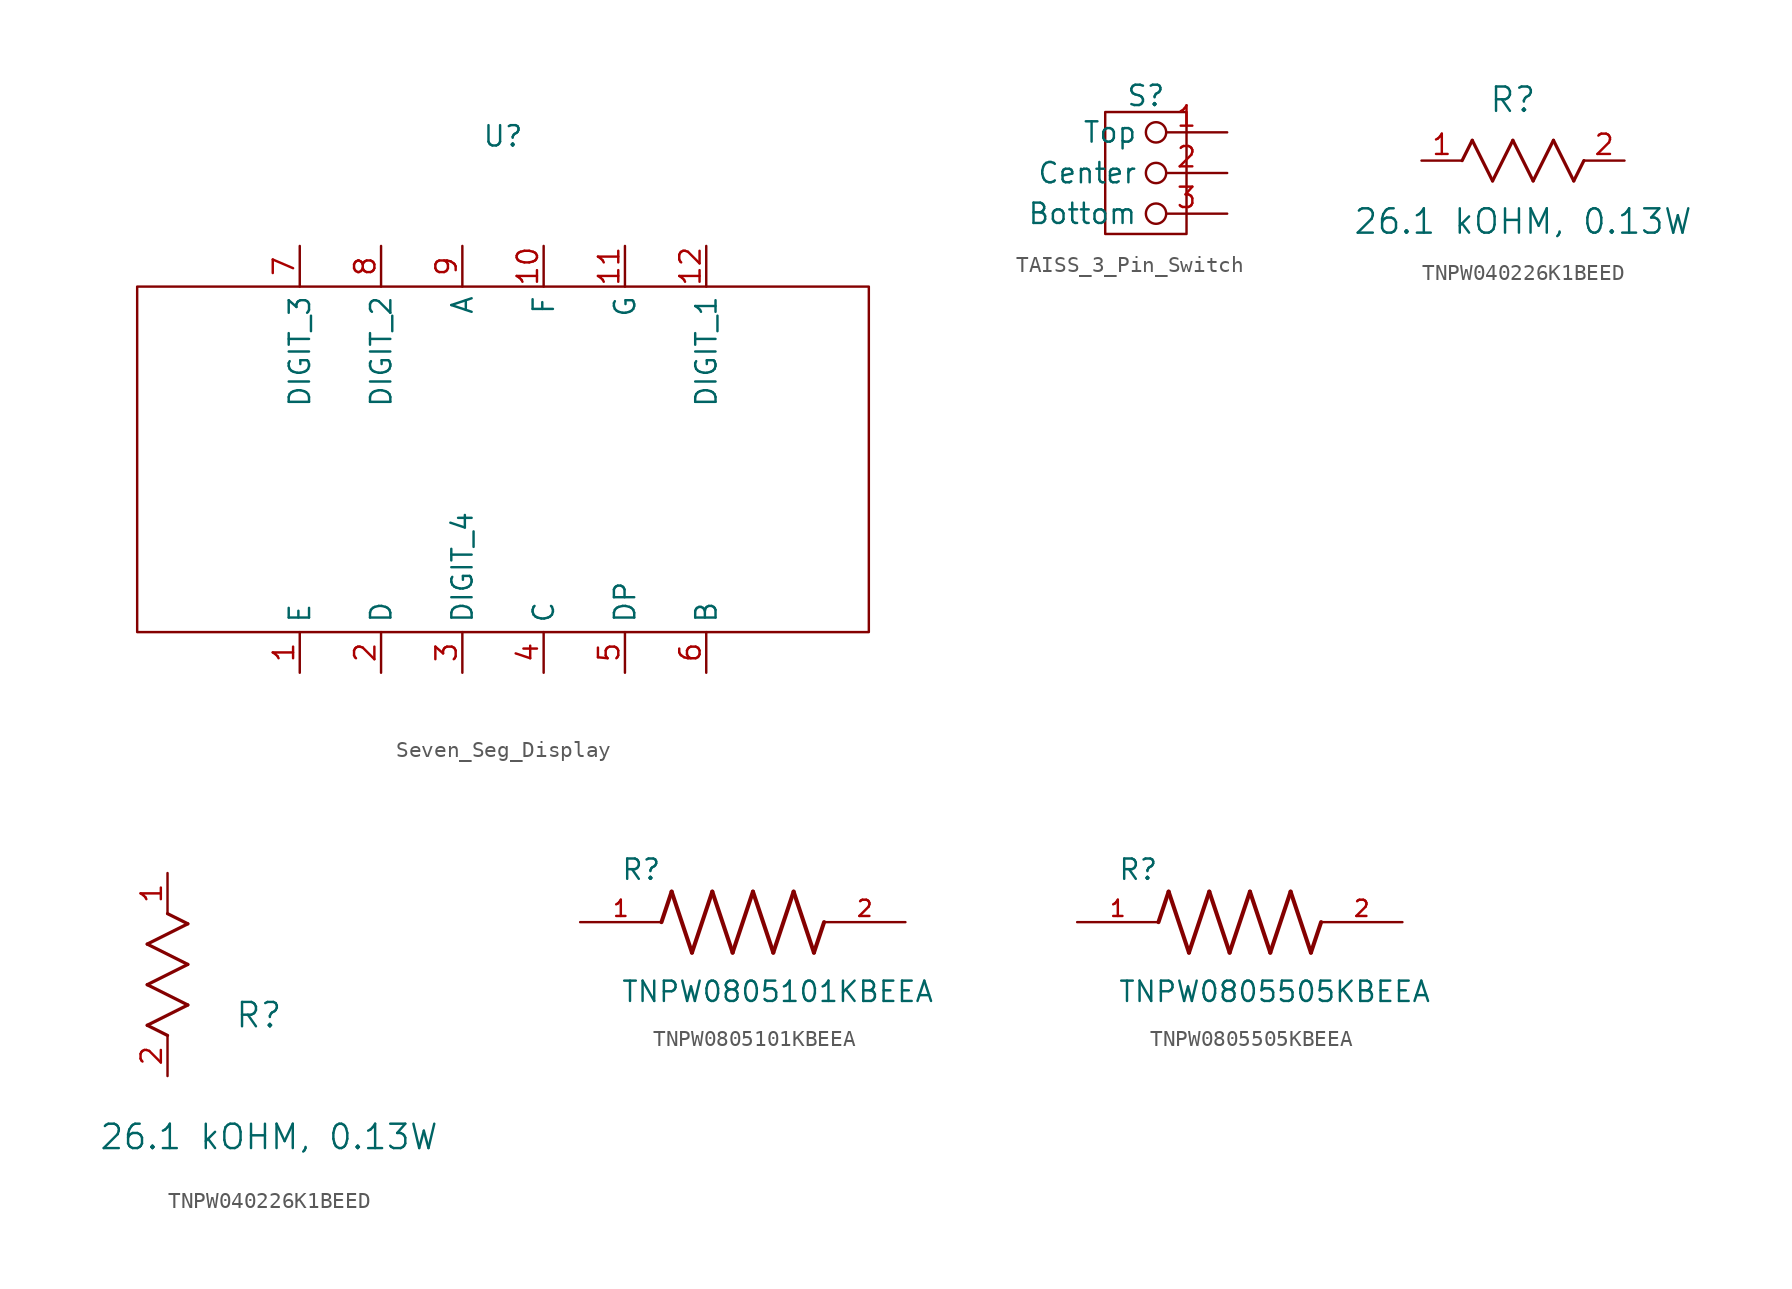
<source format=kicad_sym>
(kicad_symbol_lib
  (version 20241209)
  (generator "kicad_symbol_editor")
  (generator_version "9.0")
  (symbol "Seven_Seg_Display"
    (property "Reference" "U"
      (at 0 9.398 0)
      (effects (font (size 1.27 1.27))))
    (property "Value" ""
      (at 0 0 0)
      (effects (font (size 1.27 1.27))))
    (symbol "Seven_Seg_Display_0_1"
      (rectangle (start -22.86 0) (end 22.86 -21.59) (stroke (width 0) (type default)) (fill (type none))))
    (symbol "Seven_Seg_Display_1_1"
      (pin input line (at -12.7 2.54 270) (length 2.54) (name "DIGIT_3" (effects (font (size 1.27 1.27)))) (number "7" (effects (font (size 1.27 1.27)))))
      (pin input line (at -12.7 -24.13 90) (length 2.54) (name "E" (effects (font (size 1.27 1.27)))) (number "1" (effects (font (size 1.27 1.27)))))
      (pin input line (at -7.62 2.54 270) (length 2.54) (name "DIGIT_2" (effects (font (size 1.27 1.27)))) (number "8" (effects (font (size 1.27 1.27)))))
      (pin input line (at -7.62 -24.13 90) (length 2.54) (name "D" (effects (font (size 1.27 1.27)))) (number "2" (effects (font (size 1.27 1.27)))))
      (pin input line (at -2.54 2.54 270) (length 2.54) (name "A" (effects (font (size 1.27 1.27)))) (number "9" (effects (font (size 1.27 1.27)))))
      (pin input line (at -2.54 -24.13 90) (length 2.54) (name "DIGIT_4" (effects (font (size 1.27 1.27)))) (number "3" (effects (font (size 1.27 1.27)))))
      (pin input line (at 2.54 2.54 270) (length 2.54) (name "F" (effects (font (size 1.27 1.27)))) (number "10" (effects (font (size 1.27 1.27)))))
      (pin input line (at 2.54 -24.13 90) (length 2.54) (name "C" (effects (font (size 1.27 1.27)))) (number "4" (effects (font (size 1.27 1.27)))))
      (pin input line (at 7.62 2.54 270) (length 2.54) (name "G" (effects (font (size 1.27 1.27)))) (number "11" (effects (font (size 1.27 1.27)))))
      (pin input line (at 7.62 -24.13 90) (length 2.54) (name "DP" (effects (font (size 1.27 1.27)))) (number "5" (effects (font (size 1.27 1.27)))))
      (pin input line (at 12.7 2.54 270) (length 2.54) (name "DIGIT_1" (effects (font (size 1.27 1.27)))) (number "12" (effects (font (size 1.27 1.27)))))
      (pin input line (at 12.7 -24.13 90) (length 2.54) (name "B" (effects (font (size 1.27 1.27)))) (number "6" (effects (font (size 1.27 1.27)))))))
  (symbol "TAISS_3_Pin_Switch"
    (property "Reference" "S"
      (at 0 6.096 0)
      (effects (font (size 1.27 1.27))))
    (property "Value" ""
      (at 0 0 0)
      (effects (font (size 1.27 1.27))))
    (symbol "TAISS_3_Pin_Switch_0_1"
      (rectangle (start -2.54 5.08) (end 2.54 -2.54) (stroke (width 0) (type default)) (fill (type none))))
    (symbol "TAISS_3_Pin_Switch_1_0"
      (pin passive inverted (at 5.08 3.81 180) (length 5.08) (name "Top" (effects (font (size 1.27 1.27)))) (number "1" (effects (font (size 1.27 1.27)))))
      (pin passive inverted (at 5.08 1.27 180) (length 5.08) (name "Center" (effects (font (size 1.27 1.27)))) (number "2" (effects (font (size 1.27 1.27)))))
      (pin passive inverted (at 5.08 -1.27 180) (length 5.08) (name "Bottom" (effects (font (size 1.27 1.27)))) (number "3" (effects (font (size 1.27 1.27)))))))
  (symbol "TNPW040226K1BEED"
    (pin_names
      (offset 0.254))
    (property "Reference" "R"
      (at 5.715 3.81 0)
      (effects (font (size 1.524 1.524))))
    (property "Value" "26.1 kOHM, 0.13W"
      (at 6.35 -3.81 0)
      (effects (font (size 1.524 1.524))))
    (property "ki_locked" ""
      (at 0 0 0)
      (effects (font (size 1.27 1.27))))
    (symbol "TNPW040226K1BEED_1_1"
      (polyline (pts (xy 2.54 0) (xy 3.175 1.27)) (stroke (width 0.203) (type default)) (fill (type none)))
      (polyline (pts (xy 3.175 1.27) (xy 4.445 -1.27)) (stroke (width 0.203) (type default)) (fill (type none)))
      (polyline (pts (xy 4.445 -1.27) (xy 5.715 1.27)) (stroke (width 0.203) (type default)) (fill (type none)))
      (polyline (pts (xy 5.715 1.27) (xy 6.985 -1.27)) (stroke (width 0.203) (type default)) (fill (type none)))
      (polyline (pts (xy 6.985 -1.27) (xy 8.255 1.27)) (stroke (width 0.203) (type default)) (fill (type none)))
      (polyline (pts (xy 8.255 1.27) (xy 9.525 -1.27)) (stroke (width 0.203) (type default)) (fill (type none)))
      (polyline (pts (xy 9.525 -1.27) (xy 10.16 0)) (stroke (width 0.203) (type default)) (fill (type none)))
      (pin unspecified line (at 0 0 0) (length 2.54) (name "" (effects (font (size 1.27 1.27)))) (number "1" (effects (font (size 1.27 1.27)))))
      (pin unspecified line (at 12.7 0 180) (length 2.54) (name "" (effects (font (size 1.27 1.27)))) (number "2" (effects (font (size 1.27 1.27))))))
    (symbol "TNPW040226K1BEED_1_2"
      (polyline (pts (xy -1.27 8.255) (xy 1.27 9.525)) (stroke (width 0.203) (type default)) (fill (type none)))
      (polyline (pts (xy -1.27 5.715) (xy 1.27 6.985)) (stroke (width 0.203) (type default)) (fill (type none)))
      (polyline (pts (xy -1.27 3.175) (xy 1.27 4.445)) (stroke (width 0.203) (type default)) (fill (type none)))
      (polyline (pts (xy 0 2.54) (xy -1.27 3.175)) (stroke (width 0.203) (type default)) (fill (type none)))
      (polyline (pts (xy 1.27 9.525) (xy 0 10.16)) (stroke (width 0.203) (type default)) (fill (type none)))
      (polyline (pts (xy 1.27 6.985) (xy -1.27 8.255)) (stroke (width 0.203) (type default)) (fill (type none)))
      (polyline (pts (xy 1.27 4.445) (xy -1.27 5.715)) (stroke (width 0.203) (type default)) (fill (type none)))
      (pin unspecified line (at 0 12.7 270) (length 2.54) (name "" (effects (font (size 1.27 1.27)))) (number "1" (effects (font (size 1.27 1.27)))))
      (pin unspecified line (at 0 0 90) (length 2.54) (name "" (effects (font (size 1.27 1.27)))) (number "2" (effects (font (size 1.27 1.27)))))))
  (symbol "TNPW0805101KBEEA"
    (pin_names
      (offset 1.016))
    (property "Reference" "R"
      (at -7.624 2.542 0)
      (effects (font (size 1.27 1.27)) (justify left bottom)))
    (property "Value" "TNPW0805101KBEEA"
      (at -7.63 -5.087 0)
      (effects (font (size 1.27 1.27)) (justify left bottom)))
    (symbol "TNPW0805101KBEEA_0_0"
      (polyline (pts (xy -5.08 0) (xy -4.445 1.905)) (stroke (width 0.254) (type default)) (fill (type none)))
      (polyline (pts (xy -4.445 1.905) (xy -3.175 -1.905)) (stroke (width 0.254) (type default)) (fill (type none)))
      (polyline (pts (xy -3.175 -1.905) (xy -1.905 1.905)) (stroke (width 0.254) (type default)) (fill (type none)))
      (polyline (pts (xy -1.905 1.905) (xy -0.635 -1.905)) (stroke (width 0.254) (type default)) (fill (type none)))
      (polyline (pts (xy -0.635 -1.905) (xy 0.635 1.905)) (stroke (width 0.254) (type default)) (fill (type none)))
      (polyline (pts (xy 0.635 1.905) (xy 1.905 -1.905)) (stroke (width 0.254) (type default)) (fill (type none)))
      (polyline (pts (xy 1.905 -1.905) (xy 3.175 1.905)) (stroke (width 0.254) (type default)) (fill (type none)))
      (polyline (pts (xy 3.175 1.905) (xy 4.445 -1.905)) (stroke (width 0.254) (type default)) (fill (type none)))
      (polyline (pts (xy 4.445 -1.905) (xy 5.08 0)) (stroke (width 0.254) (type default)) (fill (type none)))
      (pin passive line (at -10.16 0 0) (length 5.08) (name "~" (effects (font (size 1.016 1.016)))) (number "1" (effects (font (size 1.016 1.016)))))
      (pin passive line (at 10.16 0 180) (length 5.08) (name "~" (effects (font (size 1.016 1.016)))) (number "2" (effects (font (size 1.016 1.016)))))))
  (symbol "TNPW0805505KBEEA"
    (pin_names
      (offset 1.016))
    (property "Reference" "R"
      (at -7.624 2.542 0)
      (effects (font (size 1.27 1.27)) (justify left bottom)))
    (property "Value" "TNPW0805505KBEEA"
      (at -7.63 -5.087 0)
      (effects (font (size 1.27 1.27)) (justify left bottom)))
    (symbol "TNPW0805505KBEEA_0_0"
      (polyline (pts (xy -5.08 0) (xy -4.445 1.905)) (stroke (width 0.254) (type default)) (fill (type none)))
      (polyline (pts (xy -4.445 1.905) (xy -3.175 -1.905)) (stroke (width 0.254) (type default)) (fill (type none)))
      (polyline (pts (xy -3.175 -1.905) (xy -1.905 1.905)) (stroke (width 0.254) (type default)) (fill (type none)))
      (polyline (pts (xy -1.905 1.905) (xy -0.635 -1.905)) (stroke (width 0.254) (type default)) (fill (type none)))
      (polyline (pts (xy -0.635 -1.905) (xy 0.635 1.905)) (stroke (width 0.254) (type default)) (fill (type none)))
      (polyline (pts (xy 0.635 1.905) (xy 1.905 -1.905)) (stroke (width 0.254) (type default)) (fill (type none)))
      (polyline (pts (xy 1.905 -1.905) (xy 3.175 1.905)) (stroke (width 0.254) (type default)) (fill (type none)))
      (polyline (pts (xy 3.175 1.905) (xy 4.445 -1.905)) (stroke (width 0.254) (type default)) (fill (type none)))
      (polyline (pts (xy 4.445 -1.905) (xy 5.08 0)) (stroke (width 0.254) (type default)) (fill (type none)))
      (pin passive line (at -10.16 0 0) (length 5.08) (name "~" (effects (font (size 1.016 1.016)))) (number "1" (effects (font (size 1.016 1.016)))))
      (pin passive line (at 10.16 0 180) (length 5.08) (name "~" (effects (font (size 1.016 1.016)))) (number "2" (effects (font (size 1.016 1.016))))))))
</source>
